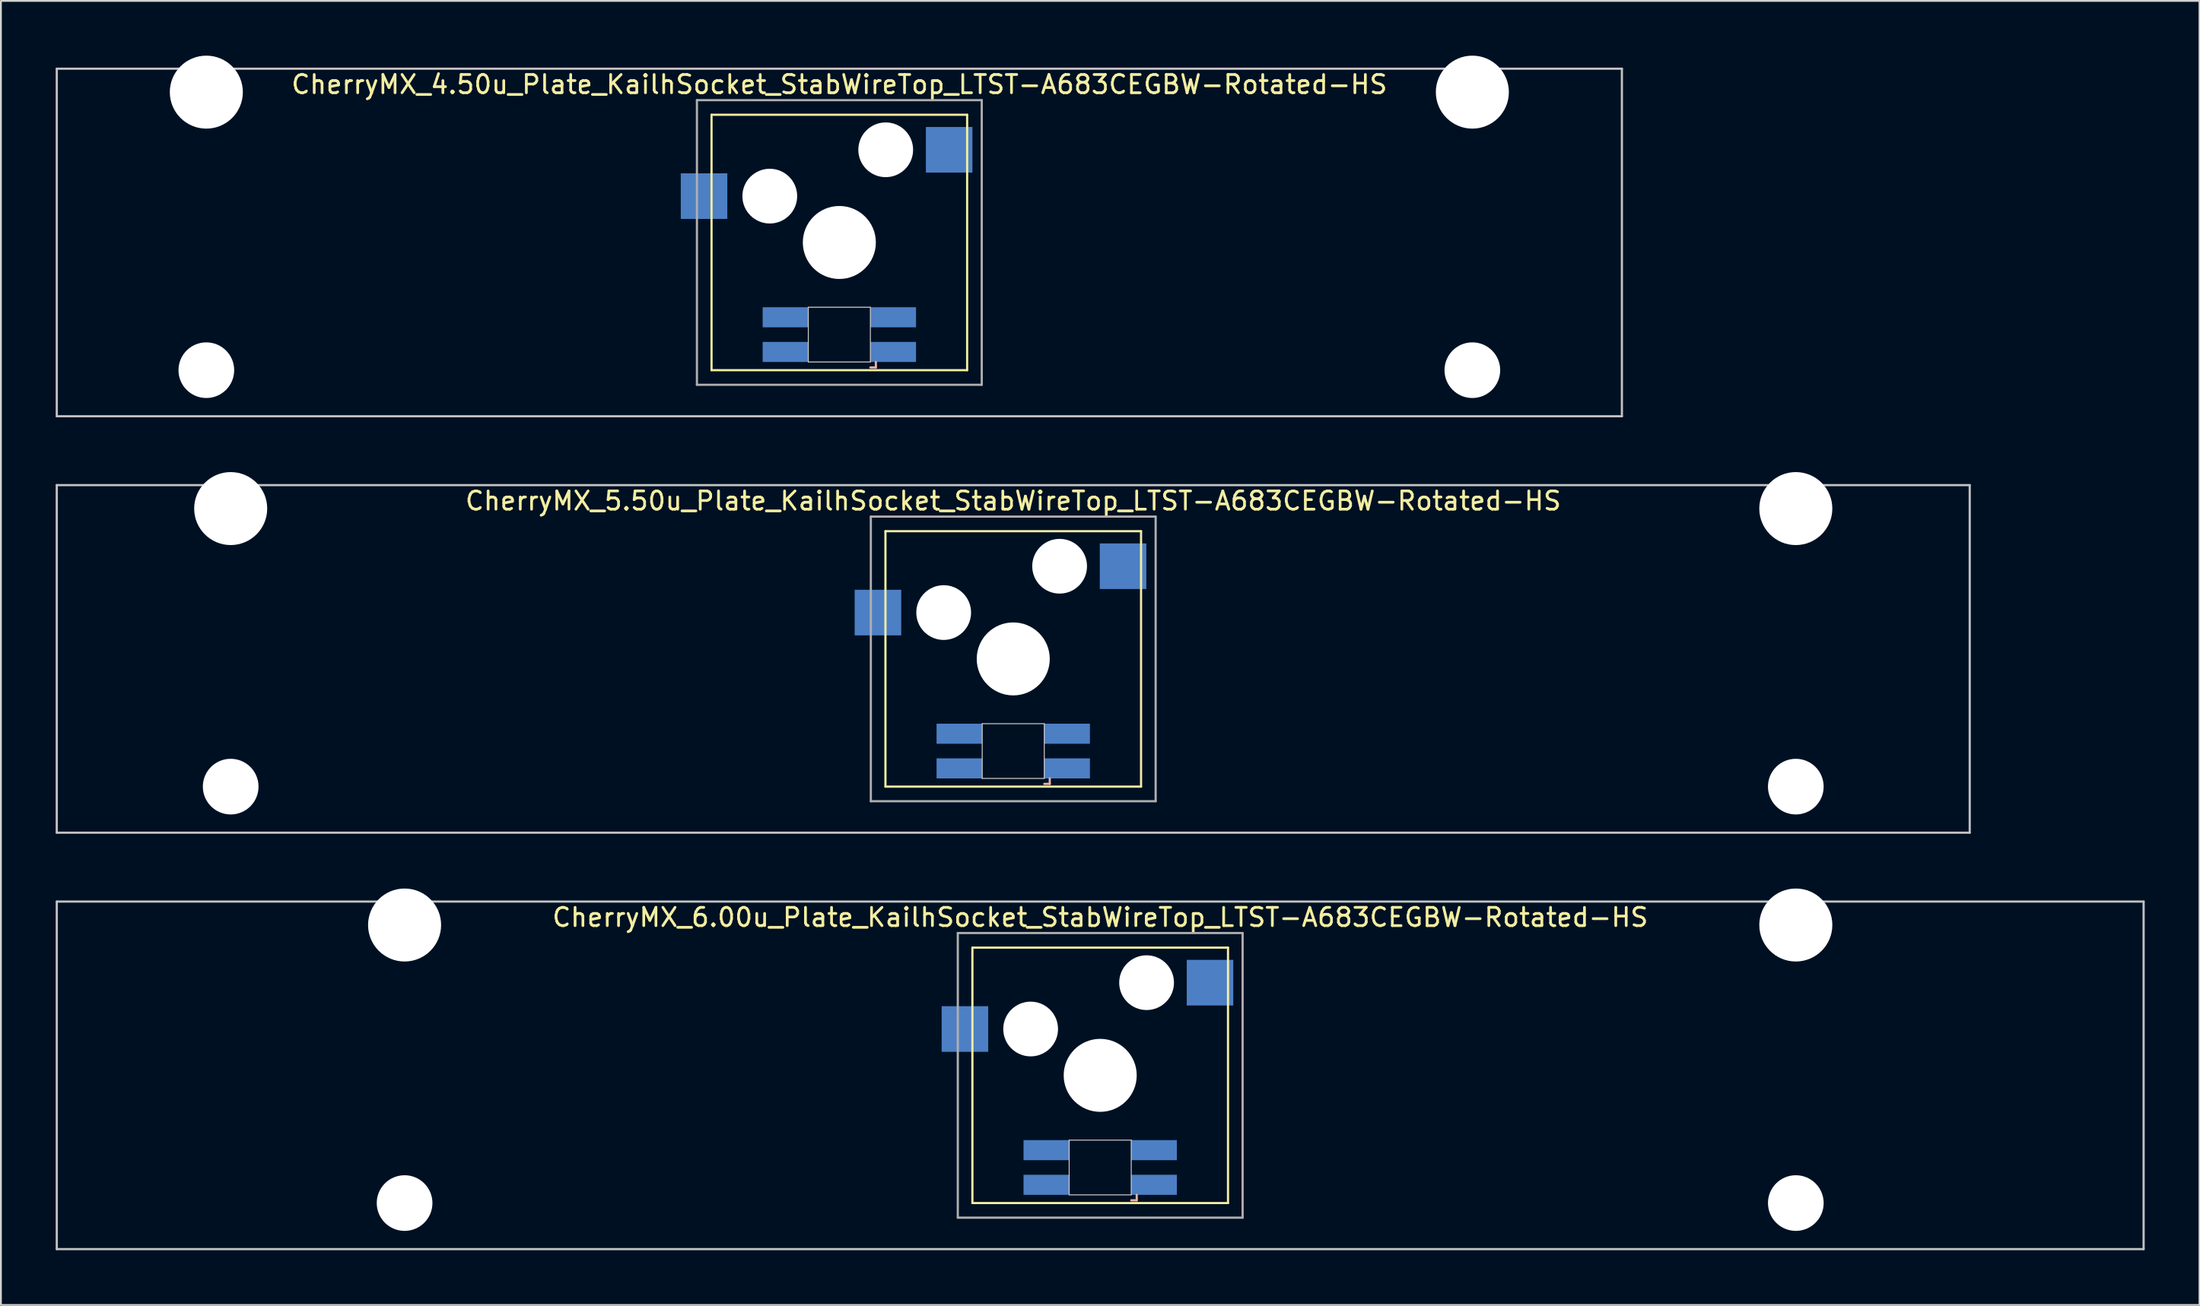
<source format=kicad_pcb>
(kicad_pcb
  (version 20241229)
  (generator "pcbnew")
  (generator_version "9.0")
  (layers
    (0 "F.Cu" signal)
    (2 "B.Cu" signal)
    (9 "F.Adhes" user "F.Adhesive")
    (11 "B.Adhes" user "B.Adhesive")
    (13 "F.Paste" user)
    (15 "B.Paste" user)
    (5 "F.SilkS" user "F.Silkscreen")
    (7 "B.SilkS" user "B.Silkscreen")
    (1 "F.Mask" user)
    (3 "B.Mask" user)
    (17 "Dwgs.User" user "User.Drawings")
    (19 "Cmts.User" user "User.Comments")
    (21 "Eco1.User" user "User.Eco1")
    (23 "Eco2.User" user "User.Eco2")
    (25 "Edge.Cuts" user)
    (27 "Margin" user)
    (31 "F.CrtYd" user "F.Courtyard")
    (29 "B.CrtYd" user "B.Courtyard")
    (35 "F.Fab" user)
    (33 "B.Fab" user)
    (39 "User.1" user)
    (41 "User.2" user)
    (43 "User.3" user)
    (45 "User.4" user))
  (footprint "CherryMX_6.00u_Plate_KailhSocket_StabWireTop_LTST-A683CEGBW-Rotated-HS"
    (layer "F.Cu")
    (at 57.21 55.89)
    (property "Reference" "CherryMX_6.00u_Plate_KailhSocket_StabWireTop_LTST-A683CEGBW-Rotated-HS" (at 0 -8.662 0) (layer "F.SilkS") (effects (font (size 1 1) (thickness 0.15))))
    (attr through_hole)
    (fp_line (start -7 -7) (end -7 7) (stroke (width 0.12) (type solid)) (layer "F.SilkS"))
    (fp_line (start -7 -7) (end 7 -7) (stroke (width 0.12) (type solid)) (layer "F.SilkS"))
    (fp_line (start 7 -7) (end 7 7) (stroke (width 0.12) (type solid)) (layer "F.SilkS"))
    (fp_line (start 7 7) (end -7 7) (stroke (width 0.12) (type solid)) (layer "F.SilkS"))
    (fp_line (start 1.7 6.85) (end 2 6.85) (stroke (width 0.12) (type solid)) (layer "B.SilkS"))
    (fp_line (start 2 6.85) (end 2 6.55) (stroke (width 0.12) (type solid)) (layer "B.SilkS"))
    (fp_line (start -57.15 -9.525) (end 57.15 -9.525) (stroke (width 0.12) (type solid)) (layer "Dwgs.User"))
    (fp_line (start -57.15 9.525) (end -57.15 -9.525) (stroke (width 0.12) (type solid)) (layer "Dwgs.User"))
    (fp_line (start 57.15 -9.525) (end 57.15 9.525) (stroke (width 0.12) (type solid)) (layer "Dwgs.User"))
    (fp_line (start 57.15 9.525) (end -57.15 9.525) (stroke (width 0.12) (type solid)) (layer "Dwgs.User"))
    (fp_line (start -1.7 3.55) (end 1.7 3.55) (stroke (width 0.05) (type solid)) (layer "Edge.Cuts"))
    (fp_line (start -1.7 6.55) (end -1.7 3.55) (stroke (width 0.05) (type solid)) (layer "Edge.Cuts"))
    (fp_line (start 1.7 3.55) (end 1.7 6.55) (stroke (width 0.05) (type solid)) (layer "Edge.Cuts"))
    (fp_line (start 1.7 6.55) (end -1.7 6.55) (stroke (width 0.05) (type solid)) (layer "Edge.Cuts"))
    (fp_line (start -7.8 -7.8) (end -7.8 7.8) (stroke (width 0.12) (type solid)) (layer "F.Fab"))
    (fp_line (start -7.8 -7.8) (end 7.8 -7.8) (stroke (width 0.12) (type solid)) (layer "F.Fab"))
    (fp_line (start -7.8 7.8) (end 7.8 7.8) (stroke (width 0.12) (type solid)) (layer "F.Fab"))
    (fp_line (start 7.8 -7.8) (end 7.8 7.8) (stroke (width 0.12) (type solid)) (layer "F.Fab"))
    (pad "" np_thru_hole circle (at -38.1 -8.24) (size 4 4) (drill 4) (layers "*.Cu" "*.Mask"))
    (pad "" np_thru_hole circle (at -38.1 7) (size 3.05 3.05) (drill 3.05) (layers "*.Cu" "*.Mask"))
    (pad "" np_thru_hole circle (at -3.81 -2.54) (size 3 3) (drill 3) (layers "*.Cu" "*.Mask"))
    (pad "" np_thru_hole circle (at 0 0) (size 4 4) (drill 4) (layers "*.Cu" "*.Mask"))
    (pad "" np_thru_hole circle (at 2.54 -5.08) (size 3 3) (drill 3) (layers "*.Cu" "*.Mask"))
    (pad "" np_thru_hole circle (at 38.1 -8.24) (size 4 4) (drill 4) (layers "*.Cu" "*.Mask"))
    (pad "" np_thru_hole circle (at 38.1 7) (size 3.05 3.05) (drill 3.05) (layers "*.Cu" "*.Mask"))
    (pad "1" smd rect (at -7.41 -2.54) (size 2.55 2.5) (layers "B.Cu" "B.Mask" "B.Paste"))
    (pad "2" smd rect (at 6.015 -5.08) (size 2.55 2.5) (layers "B.Cu" "B.Mask" "B.Paste"))
    (pad "3" smd rect (at 2.95 6) (size 2.5 1.1) (layers "B.Cu" "B.Mask" "B.Paste"))
    (pad "4" smd rect (at 2.95 4.1) (size 2.5 1.1) (layers "B.Cu" "B.Mask" "B.Paste"))
    (pad "5" smd rect (at -2.95 6) (size 2.5 1.1) (layers "B.Cu" "B.Mask" "B.Paste"))
    (pad "6" smd rect (at -2.95 4.1) (size 2.5 1.1) (layers "B.Cu" "B.Mask" "B.Paste")))
  (footprint "CherryMX_4.50u_Plate_KailhSocket_StabWireTop_LTST-A683CEGBW-Rotated-HS"
    (layer "F.Cu")
    (at 42.922 10.24)
    (property "Reference" "CherryMX_4.50u_Plate_KailhSocket_StabWireTop_LTST-A683CEGBW-Rotated-HS" (at 0 -8.662 0) (layer "F.SilkS") (effects (font (size 1 1) (thickness 0.15))))
    (attr through_hole)
    (fp_line (start -7 -7) (end -7 7) (stroke (width 0.12) (type solid)) (layer "F.SilkS"))
    (fp_line (start -7 -7) (end 7 -7) (stroke (width 0.12) (type solid)) (layer "F.SilkS"))
    (fp_line (start 7 -7) (end 7 7) (stroke (width 0.12) (type solid)) (layer "F.SilkS"))
    (fp_line (start 7 7) (end -7 7) (stroke (width 0.12) (type solid)) (layer "F.SilkS"))
    (fp_line (start 1.7 6.85) (end 2 6.85) (stroke (width 0.12) (type solid)) (layer "B.SilkS"))
    (fp_line (start 2 6.85) (end 2 6.55) (stroke (width 0.12) (type solid)) (layer "B.SilkS"))
    (fp_line (start -42.862 -9.525) (end 42.862 -9.525) (stroke (width 0.12) (type solid)) (layer "Dwgs.User"))
    (fp_line (start -42.862 9.525) (end -42.862 -9.525) (stroke (width 0.12) (type solid)) (layer "Dwgs.User"))
    (fp_line (start 42.862 -9.525) (end 42.862 9.525) (stroke (width 0.12) (type solid)) (layer "Dwgs.User"))
    (fp_line (start 42.862 9.525) (end -42.862 9.525) (stroke (width 0.12) (type solid)) (layer "Dwgs.User"))
    (fp_line (start -1.7 3.55) (end 1.7 3.55) (stroke (width 0.05) (type solid)) (layer "Edge.Cuts"))
    (fp_line (start -1.7 6.55) (end -1.7 3.55) (stroke (width 0.05) (type solid)) (layer "Edge.Cuts"))
    (fp_line (start 1.7 3.55) (end 1.7 6.55) (stroke (width 0.05) (type solid)) (layer "Edge.Cuts"))
    (fp_line (start 1.7 6.55) (end -1.7 6.55) (stroke (width 0.05) (type solid)) (layer "Edge.Cuts"))
    (fp_line (start -7.8 -7.8) (end -7.8 7.8) (stroke (width 0.12) (type solid)) (layer "F.Fab"))
    (fp_line (start -7.8 -7.8) (end 7.8 -7.8) (stroke (width 0.12) (type solid)) (layer "F.Fab"))
    (fp_line (start -7.8 7.8) (end 7.8 7.8) (stroke (width 0.12) (type solid)) (layer "F.Fab"))
    (fp_line (start 7.8 -7.8) (end 7.8 7.8) (stroke (width 0.12) (type solid)) (layer "F.Fab"))
    (pad "" np_thru_hole circle (at -34.671 -8.24) (size 4 4) (drill 4) (layers "*.Cu" "*.Mask"))
    (pad "" np_thru_hole circle (at -34.671 7) (size 3.05 3.05) (drill 3.05) (layers "*.Cu" "*.Mask"))
    (pad "" np_thru_hole circle (at -3.81 -2.54) (size 3 3) (drill 3) (layers "*.Cu" "*.Mask"))
    (pad "" np_thru_hole circle (at 0 0) (size 4 4) (drill 4) (layers "*.Cu" "*.Mask"))
    (pad "" np_thru_hole circle (at 2.54 -5.08) (size 3 3) (drill 3) (layers "*.Cu" "*.Mask"))
    (pad "" np_thru_hole circle (at 34.671 -8.24) (size 4 4) (drill 4) (layers "*.Cu" "*.Mask"))
    (pad "" np_thru_hole circle (at 34.671 7) (size 3.05 3.05) (drill 3.05) (layers "*.Cu" "*.Mask"))
    (pad "1" smd rect (at -7.41 -2.54) (size 2.55 2.5) (layers "B.Cu" "B.Mask" "B.Paste"))
    (pad "2" smd rect (at 6.015 -5.08) (size 2.55 2.5) (layers "B.Cu" "B.Mask" "B.Paste"))
    (pad "3" smd rect (at 2.95 6) (size 2.5 1.1) (layers "B.Cu" "B.Mask" "B.Paste"))
    (pad "4" smd rect (at 2.95 4.1) (size 2.5 1.1) (layers "B.Cu" "B.Mask" "B.Paste"))
    (pad "5" smd rect (at -2.95 6) (size 2.5 1.1) (layers "B.Cu" "B.Mask" "B.Paste"))
    (pad "6" smd rect (at -2.95 4.1) (size 2.5 1.1) (layers "B.Cu" "B.Mask" "B.Paste")))
  (footprint "CherryMX_5.50u_Plate_KailhSocket_StabWireTop_LTST-A683CEGBW-Rotated-HS"
    (layer "F.Cu")
    (at 52.447 33.065)
    (property "Reference" "CherryMX_5.50u_Plate_KailhSocket_StabWireTop_LTST-A683CEGBW-Rotated-HS" (at 0 -8.662 0) (layer "F.SilkS") (effects (font (size 1 1) (thickness 0.15))))
    (attr through_hole)
    (fp_line (start -7 -7) (end -7 7) (stroke (width 0.12) (type solid)) (layer "F.SilkS"))
    (fp_line (start -7 -7) (end 7 -7) (stroke (width 0.12) (type solid)) (layer "F.SilkS"))
    (fp_line (start 7 -7) (end 7 7) (stroke (width 0.12) (type solid)) (layer "F.SilkS"))
    (fp_line (start 7 7) (end -7 7) (stroke (width 0.12) (type solid)) (layer "F.SilkS"))
    (fp_line (start 1.7 6.85) (end 2 6.85) (stroke (width 0.12) (type solid)) (layer "B.SilkS"))
    (fp_line (start 2 6.85) (end 2 6.55) (stroke (width 0.12) (type solid)) (layer "B.SilkS"))
    (fp_line (start -52.388 -9.525) (end 52.388 -9.525) (stroke (width 0.12) (type solid)) (layer "Dwgs.User"))
    (fp_line (start -52.388 9.525) (end -52.388 -9.525) (stroke (width 0.12) (type solid)) (layer "Dwgs.User"))
    (fp_line (start 52.388 -9.525) (end 52.388 9.525) (stroke (width 0.12) (type solid)) (layer "Dwgs.User"))
    (fp_line (start 52.388 9.525) (end -52.388 9.525) (stroke (width 0.12) (type solid)) (layer "Dwgs.User"))
    (fp_line (start -1.7 3.55) (end 1.7 3.55) (stroke (width 0.05) (type solid)) (layer "Edge.Cuts"))
    (fp_line (start -1.7 6.55) (end -1.7 3.55) (stroke (width 0.05) (type solid)) (layer "Edge.Cuts"))
    (fp_line (start 1.7 3.55) (end 1.7 6.55) (stroke (width 0.05) (type solid)) (layer "Edge.Cuts"))
    (fp_line (start 1.7 6.55) (end -1.7 6.55) (stroke (width 0.05) (type solid)) (layer "Edge.Cuts"))
    (fp_line (start -7.8 -7.8) (end -7.8 7.8) (stroke (width 0.12) (type solid)) (layer "F.Fab"))
    (fp_line (start -7.8 -7.8) (end 7.8 -7.8) (stroke (width 0.12) (type solid)) (layer "F.Fab"))
    (fp_line (start -7.8 7.8) (end 7.8 7.8) (stroke (width 0.12) (type solid)) (layer "F.Fab"))
    (fp_line (start 7.8 -7.8) (end 7.8 7.8) (stroke (width 0.12) (type solid)) (layer "F.Fab"))
    (pad "" np_thru_hole circle (at -42.862 -8.24) (size 4 4) (drill 4) (layers "*.Cu" "*.Mask"))
    (pad "" np_thru_hole circle (at -42.862 7) (size 3.05 3.05) (drill 3.05) (layers "*.Cu" "*.Mask"))
    (pad "" np_thru_hole circle (at -3.81 -2.54) (size 3 3) (drill 3) (layers "*.Cu" "*.Mask"))
    (pad "" np_thru_hole circle (at 0 0) (size 4 4) (drill 4) (layers "*.Cu" "*.Mask"))
    (pad "" np_thru_hole circle (at 2.54 -5.08) (size 3 3) (drill 3) (layers "*.Cu" "*.Mask"))
    (pad "" np_thru_hole circle (at 42.862 -8.24) (size 4 4) (drill 4) (layers "*.Cu" "*.Mask"))
    (pad "" np_thru_hole circle (at 42.862 7) (size 3.05 3.05) (drill 3.05) (layers "*.Cu" "*.Mask"))
    (pad "1" smd rect (at -7.41 -2.54) (size 2.55 2.5) (layers "B.Cu" "B.Mask" "B.Paste"))
    (pad "2" smd rect (at 6.015 -5.08) (size 2.55 2.5) (layers "B.Cu" "B.Mask" "B.Paste"))
    (pad "3" smd rect (at 2.95 6) (size 2.5 1.1) (layers "B.Cu" "B.Mask" "B.Paste"))
    (pad "4" smd rect (at 2.95 4.1) (size 2.5 1.1) (layers "B.Cu" "B.Mask" "B.Paste"))
    (pad "5" smd rect (at -2.95 6) (size 2.5 1.1) (layers "B.Cu" "B.Mask" "B.Paste"))
    (pad "6" smd rect (at -2.95 4.1) (size 2.5 1.1) (layers "B.Cu" "B.Mask" "B.Paste")))
  (gr_rect
    (start -3 -3)
    (end 117.42 68.475)
    (stroke (width 0.1) (type default))
    (fill no)
    (layer "Edge.Cuts")))
</source>
